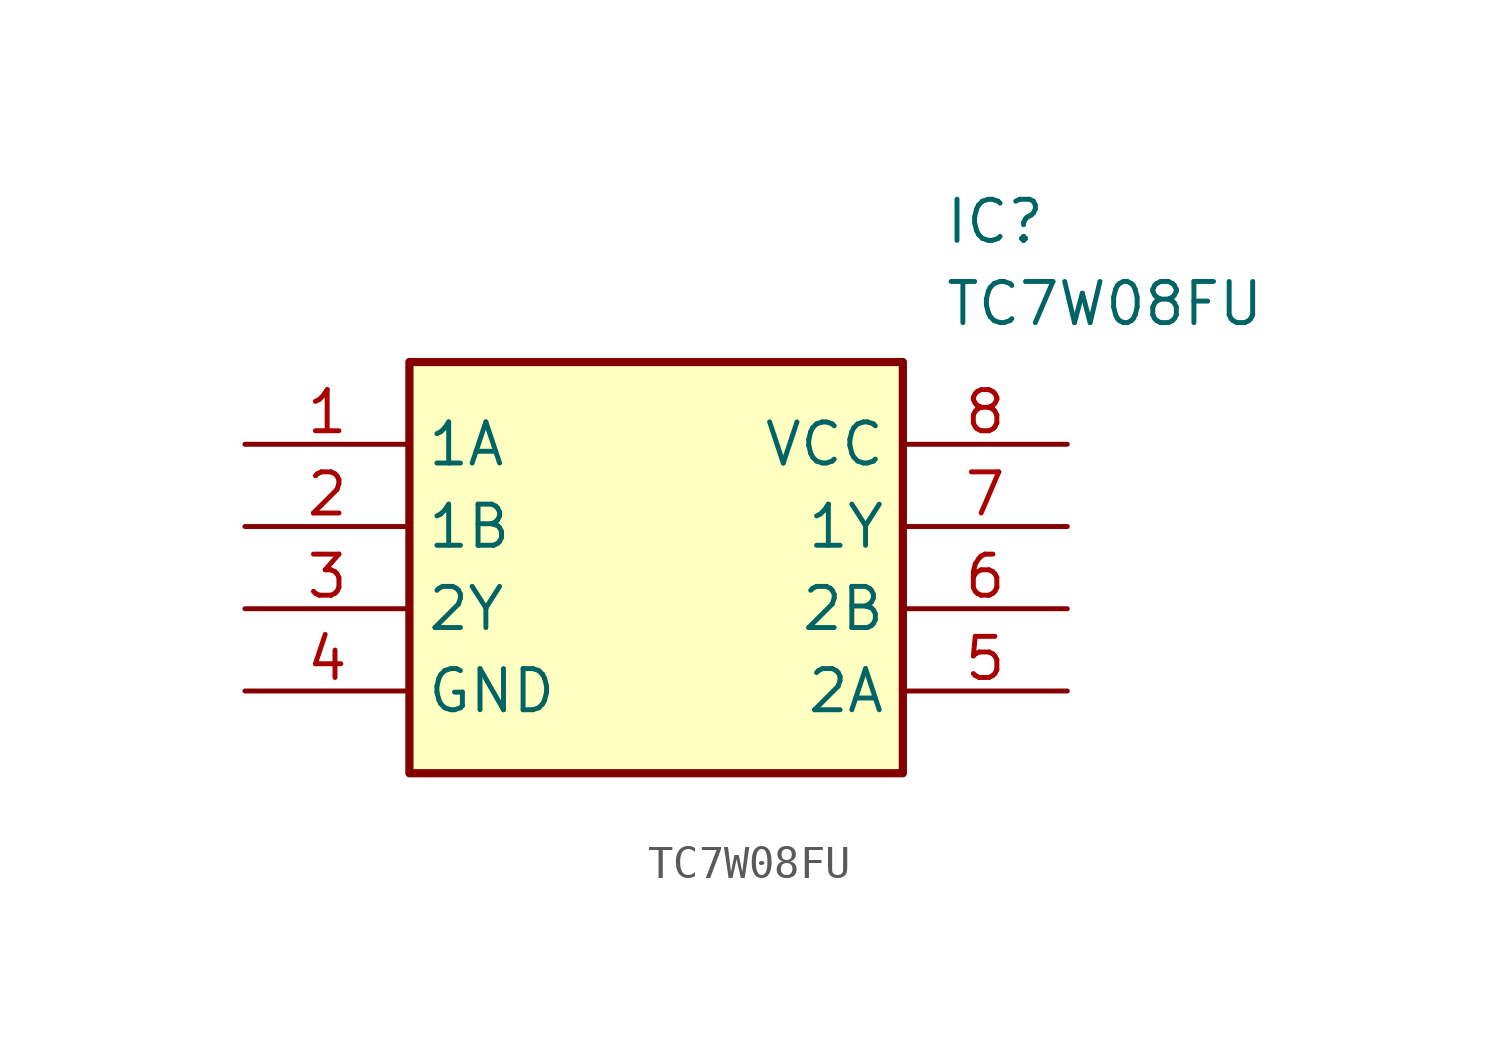
<source format=kicad_sym>
(kicad_symbol_lib
  (version 20211014)
  (generator SamacSys_ECAD_Model)
  (symbol "TC7W08FU"
    (property "Reference" "IC"
      (at 21.59 7.62 0)
      (effects (font (size 1.27 1.27)) (justify left top)))
    (property "Value" "TC7W08FU"
      (at 21.59 5.08 0)
      (effects (font (size 1.27 1.27)) (justify left top)))
    (rectangle
      (start 5.08 2.54)
      (end 20.32 -10.16)
      (stroke (width 0.254) (type default))
      (fill (type background)))
    (pin passive line
      (at 0 0 0)
      (length 5.08)
      (name "1A" (effects (font (size 1.27 1.27))))
      (number "1" (effects (font (size 1.27 1.27)))))
    (pin passive line
      (at 0 -2.54 0)
      (length 5.08)
      (name "1B" (effects (font (size 1.27 1.27))))
      (number "2" (effects (font (size 1.27 1.27)))))
    (pin passive line
      (at 0 -5.08 0)
      (length 5.08)
      (name "2Y" (effects (font (size 1.27 1.27))))
      (number "3" (effects (font (size 1.27 1.27)))))
    (pin passive line
      (at 0 -7.62 0)
      (length 5.08)
      (name "GND" (effects (font (size 1.27 1.27))))
      (number "4" (effects (font (size 1.27 1.27)))))
    (pin passive line
      (at 25.4 -7.62 180)
      (length 5.08)
      (name "2A" (effects (font (size 1.27 1.27))))
      (number "5" (effects (font (size 1.27 1.27)))))
    (pin passive line
      (at 25.4 -5.08 180)
      (length 5.08)
      (name "2B" (effects (font (size 1.27 1.27))))
      (number "6" (effects (font (size 1.27 1.27)))))
    (pin passive line
      (at 25.4 -2.54 180)
      (length 5.08)
      (name "1Y" (effects (font (size 1.27 1.27))))
      (number "7" (effects (font (size 1.27 1.27)))))
    (pin passive line
      (at 25.4 0 180)
      (length 5.08)
      (name "VCC" (effects (font (size 1.27 1.27))))
      (number "8" (effects (font (size 1.27 1.27)))))))
</source>
